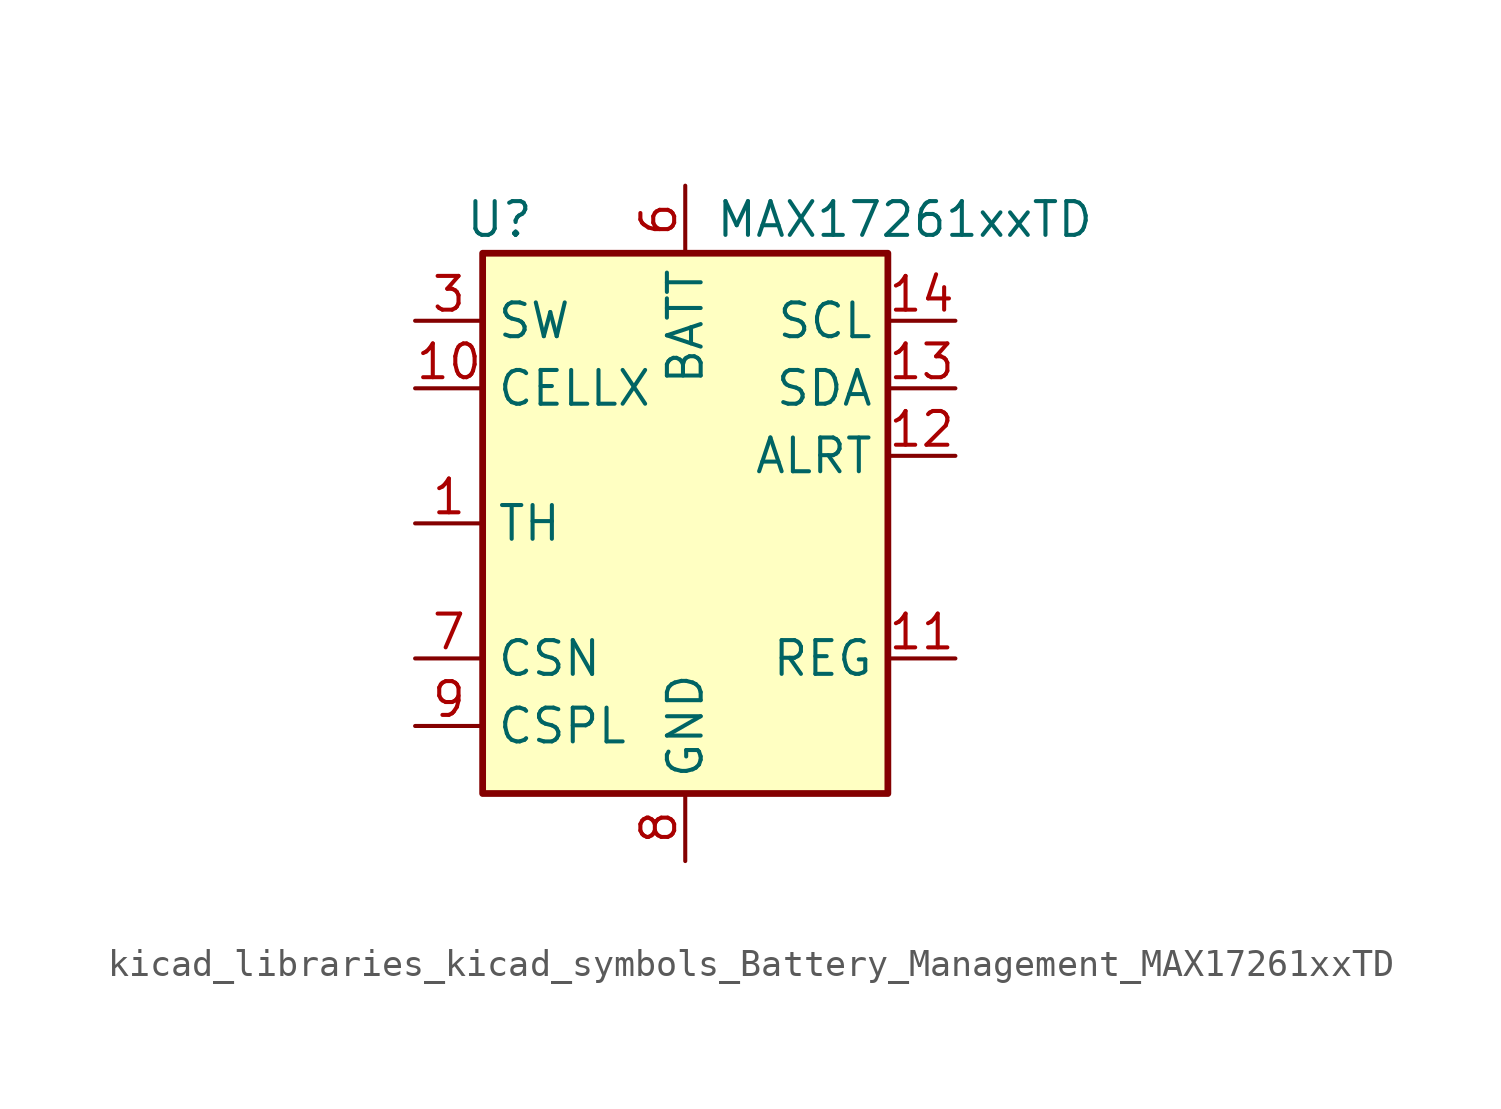
<source format=kicad_sym>
(kicad_symbol_lib
  (version 20220914)
  (generator kicad_symbol_editor)
  (symbol "kicad_libraries_kicad_symbols_Battery_Management_MAX17261xxTD"
    (property "Reference" "U"
      (at -6.985 11.43 0)
      (effects (font (size 1.27 1.27))))
    (property "Value" "MAX17261xxTD"
      (at 8.255 11.43 0)
      (effects (font (size 1.27 1.27))))
    (symbol "kicad_libraries_kicad_symbols_Battery_Management_MAX17261xxTD_0_1"
      (rectangle (start -7.62 10.16) (end 7.62 -10.16) (stroke (width 0.254) (type default)) (fill (type background))))
    (symbol "kicad_libraries_kicad_symbols_Battery_Management_MAX17261xxTD_1_1"
      (pin passive line (at -10.16 0 0) (length 2.54) (name "TH" (effects (font (size 1.27 1.27)))) (number "1" (effects (font (size 1.27 1.27)))))
      (pin input line (at -10.16 5.08 0) (length 2.54) (name "CELLX" (effects (font (size 1.27 1.27)))) (number "10" (effects (font (size 1.27 1.27)))))
      (pin power_out line (at 10.16 -5.08 180) (length 2.54) (name "REG" (effects (font (size 1.27 1.27)))) (number "11" (effects (font (size 1.27 1.27)))))
      (pin open_collector line (at 10.16 2.54 180) (length 2.54) (name "ALRT" (effects (font (size 1.27 1.27)))) (number "12" (effects (font (size 1.27 1.27)))))
      (pin bidirectional line (at 10.16 5.08 180) (length 2.54) (name "SDA" (effects (font (size 1.27 1.27)))) (number "13" (effects (font (size 1.27 1.27)))))
      (pin input line (at 10.16 7.62 180) (length 2.54) (name "SCL" (effects (font (size 1.27 1.27)))) (number "14" (effects (font (size 1.27 1.27)))))
      (pin passive line (at 0 -12.7 90) (length 2.54) hide (name "GND" (effects (font (size 1.27 1.27)))) (number "15" (effects (font (size 1.27 1.27)))))
      (pin no_connect line (at 2.54 -10.16 90) (length 2.54) hide (name "NC" (effects (font (size 1.27 1.27)))) (number "2" (effects (font (size 1.27 1.27)))))
      (pin output line (at -10.16 7.62 0) (length 2.54) (name "SW" (effects (font (size 1.27 1.27)))) (number "3" (effects (font (size 1.27 1.27)))))
      (pin no_connect line (at -2.54 -10.16 90) (length 2.54) hide (name "NC" (effects (font (size 1.27 1.27)))) (number "4" (effects (font (size 1.27 1.27)))))
      (pin no_connect line (at 5.08 -10.16 90) (length 2.54) hide (name "NC" (effects (font (size 1.27 1.27)))) (number "5" (effects (font (size 1.27 1.27)))))
      (pin power_in line (at 0 12.7 270) (length 2.54) (name "BATT" (effects (font (size 1.27 1.27)))) (number "6" (effects (font (size 1.27 1.27)))))
      (pin passive line (at -10.16 -5.08 0) (length 2.54) (name "CSN" (effects (font (size 1.27 1.27)))) (number "7" (effects (font (size 1.27 1.27)))))
      (pin power_in line (at 0 -12.7 90) (length 2.54) (name "GND" (effects (font (size 1.27 1.27)))) (number "8" (effects (font (size 1.27 1.27)))))
      (pin passive line (at -10.16 -7.62 0) (length 2.54) (name "CSPL" (effects (font (size 1.27 1.27)))) (number "9" (effects (font (size 1.27 1.27))))))))
</source>
